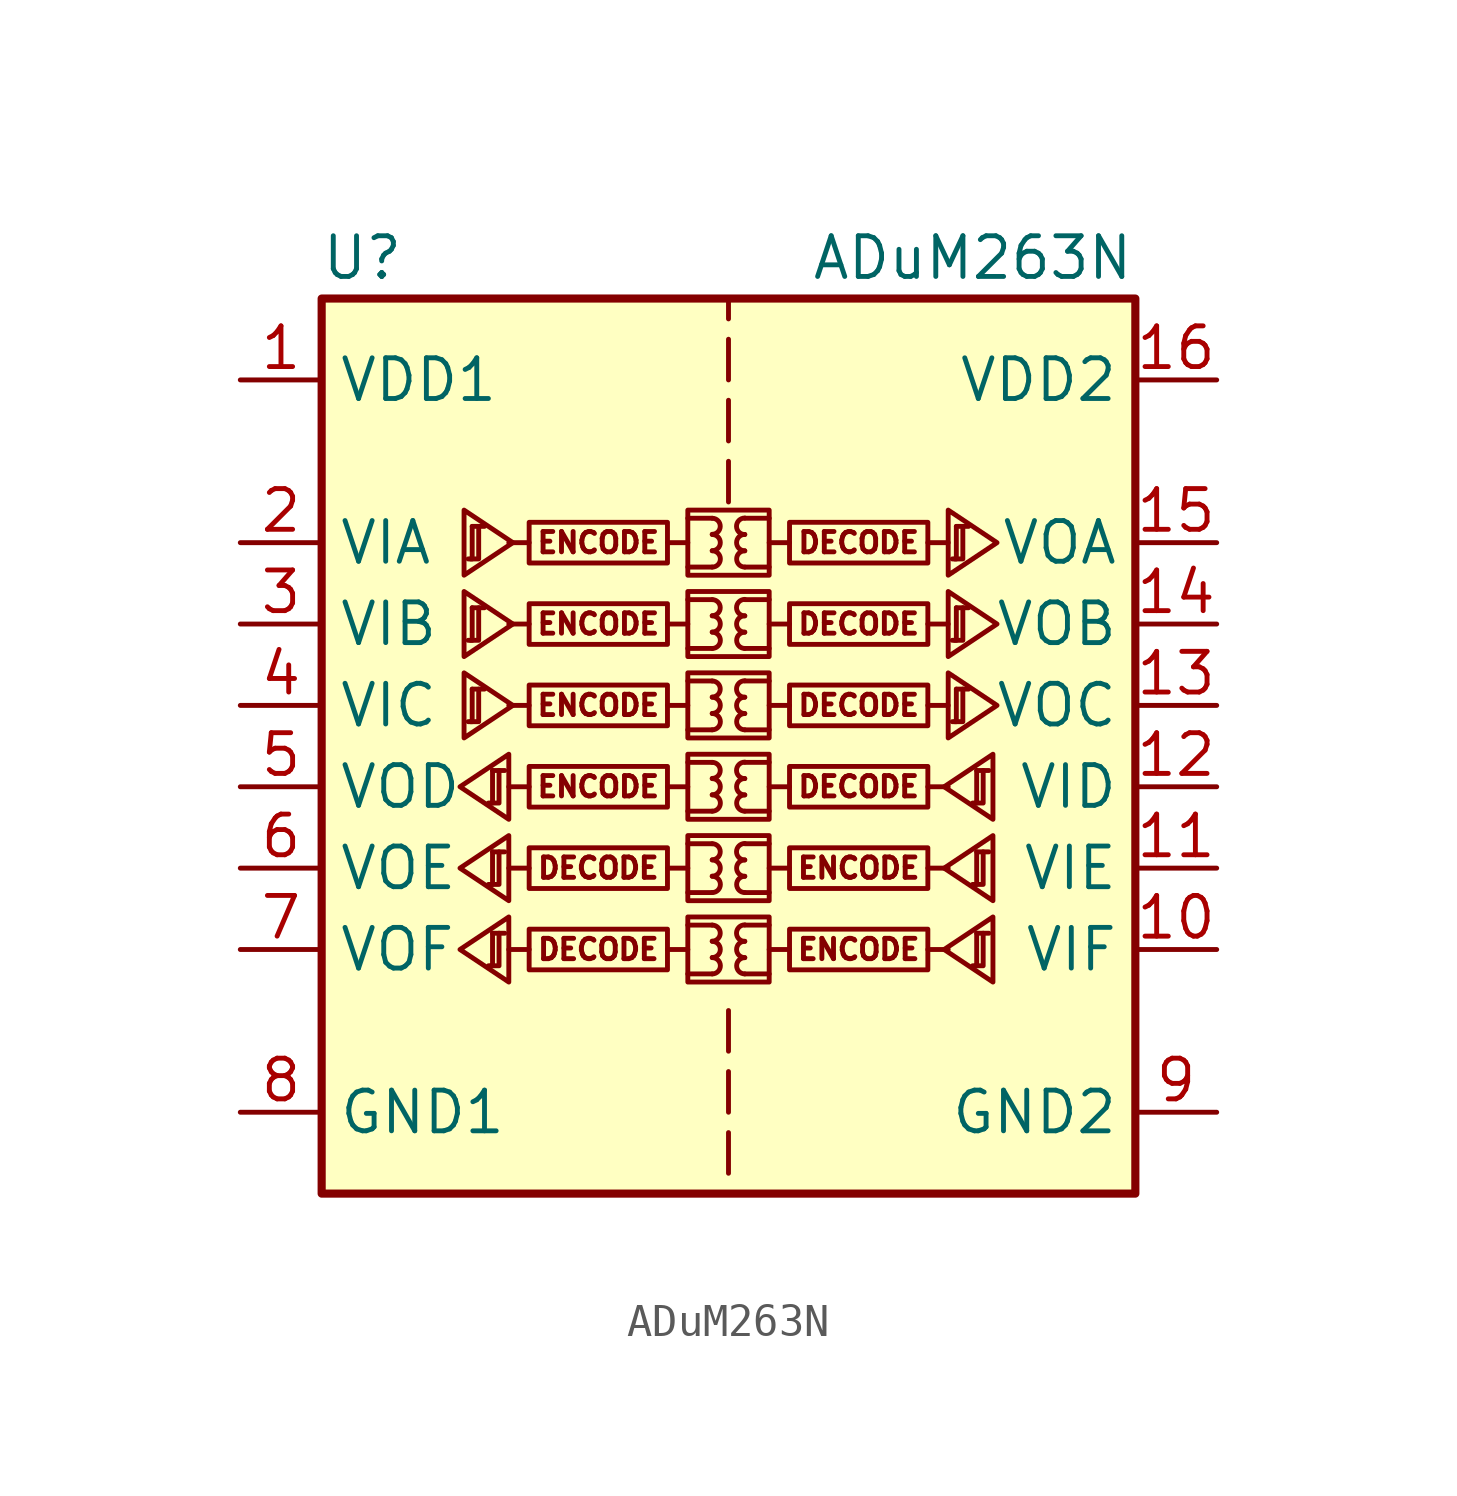
<source format=kicad_sym>
(kicad_symbol_lib
  (version 20201005)
  (generator kicad_symbol_editor)
  (symbol "Isolator_Digital:ADuM263N"
    (property "Reference" "U"
      (at -11.43 16.51 0)
      (effects (font (size 1.27 1.27))))
    (property "Value" "ADuM263N"
      (at 7.62 16.51 0)
      (effects (font (size 1.27 1.27))))
    (symbol "ADuM263N_1_0"
      (arc (start -0.508 -5.842) (end -0.508 -5.334) (radius (at -0.508 -5.588) (length 0.254) (angles -89.9 89.9)) (stroke (width 0)) (fill (type none)))
      (arc (start -0.508 -5.334) (end -0.508 -4.826) (radius (at -0.508 -5.08) (length 0.254) (angles -89.9 89.9)) (stroke (width 0)) (fill (type none)))
      (arc (start -0.508 -4.826) (end -0.508 -4.318) (radius (at -0.508 -4.572) (length 0.254) (angles -89.9 89.9)) (stroke (width 0)) (fill (type none)))
      (arc (start -0.508 -3.302) (end -0.508 -2.794) (radius (at -0.508 -3.048) (length 0.254) (angles -89.9 89.9)) (stroke (width 0)) (fill (type none)))
      (arc (start -0.508 -2.794) (end -0.508 -2.286) (radius (at -0.508 -2.54) (length 0.254) (angles -89.9 89.9)) (stroke (width 0)) (fill (type none)))
      (arc (start -0.508 -2.286) (end -0.508 -1.778) (radius (at -0.508 -2.032) (length 0.254) (angles -89.9 89.9)) (stroke (width 0)) (fill (type none)))
      (arc (start -0.508 -0.762) (end -0.508 -0.254) (radius (at -0.508 -0.508) (length 0.254) (angles -89.9 89.9)) (stroke (width 0)) (fill (type none)))
      (arc (start -0.508 -0.254) (end -0.508 0.254) (radius (at -0.508 0) (length 0.254) (angles -89.9 89.9)) (stroke (width 0)) (fill (type none)))
      (arc (start -0.508 0.254) (end -0.508 0.762) (radius (at -0.508 0.508) (length 0.254) (angles -89.9 89.9)) (stroke (width 0)) (fill (type none)))
      (arc (start -0.508 1.778) (end -0.508 2.286) (radius (at -0.508 2.032) (length 0.254) (angles -89.9 89.9)) (stroke (width 0)) (fill (type none)))
      (arc (start -0.508 2.286) (end -0.508 2.794) (radius (at -0.508 2.54) (length 0.254) (angles -89.9 89.9)) (stroke (width 0)) (fill (type none)))
      (arc (start -0.508 2.794) (end -0.508 3.302) (radius (at -0.508 3.048) (length 0.254) (angles -89.9 89.9)) (stroke (width 0)) (fill (type none)))
      (arc (start -0.508 4.318) (end -0.508 4.826) (radius (at -0.508 4.572) (length 0.254) (angles -89.9 89.9)) (stroke (width 0)) (fill (type none)))
      (arc (start -0.508 4.826) (end -0.508 5.334) (radius (at -0.508 5.08) (length 0.254) (angles -89.9 89.9)) (stroke (width 0)) (fill (type none)))
      (arc (start -0.508 5.334) (end -0.508 5.842) (radius (at -0.508 5.588) (length 0.254) (angles -89.9 89.9)) (stroke (width 0)) (fill (type none)))
      (arc (start -0.508 6.858) (end -0.508 7.366) (radius (at -0.508 7.112) (length 0.254) (angles -89.9 89.9)) (stroke (width 0)) (fill (type none)))
      (arc (start -0.508 7.366) (end -0.508 7.874) (radius (at -0.508 7.62) (length 0.254) (angles -89.9 89.9)) (stroke (width 0)) (fill (type none)))
      (arc (start -0.508 7.874) (end -0.508 8.382) (radius (at -0.508 8.128) (length 0.254) (angles -89.9 89.9)) (stroke (width 0)) (fill (type none)))
      (arc (start 0.508 -5.334) (end 0.508 -5.842) (radius (at 0.508 -5.588) (length 0.254) (angles 90.1 -90.1)) (stroke (width 0)) (fill (type none)))
      (arc (start 0.508 -4.826) (end 0.508 -5.334) (radius (at 0.508 -5.08) (length 0.254) (angles 90.1 -90.1)) (stroke (width 0)) (fill (type none)))
      (arc (start 0.508 -4.318) (end 0.508 -4.826) (radius (at 0.508 -4.572) (length 0.254) (angles 90.1 -90.1)) (stroke (width 0)) (fill (type none)))
      (arc (start 0.508 -2.794) (end 0.508 -3.302) (radius (at 0.508 -3.048) (length 0.254) (angles 90.1 -90.1)) (stroke (width 0)) (fill (type none)))
      (arc (start 0.508 -2.286) (end 0.508 -2.794) (radius (at 0.508 -2.54) (length 0.254) (angles 90.1 -90.1)) (stroke (width 0)) (fill (type none)))
      (arc (start 0.508 -1.778) (end 0.508 -2.286) (radius (at 0.508 -2.032) (length 0.254) (angles 90.1 -90.1)) (stroke (width 0)) (fill (type none)))
      (arc (start 0.508 -0.254) (end 0.508 -0.762) (radius (at 0.508 -0.508) (length 0.254) (angles 90.1 -90.1)) (stroke (width 0)) (fill (type none)))
      (arc (start 0.508 0.254) (end 0.508 -0.254) (radius (at 0.508 0) (length 0.254) (angles 90.1 -90.1)) (stroke (width 0)) (fill (type none)))
      (arc (start 0.508 0.762) (end 0.508 0.254) (radius (at 0.508 0.508) (length 0.254) (angles 90.1 -90.1)) (stroke (width 0)) (fill (type none)))
      (arc (start 0.508 2.286) (end 0.508 1.778) (radius (at 0.508 2.032) (length 0.254) (angles 90.1 -90.1)) (stroke (width 0)) (fill (type none)))
      (arc (start 0.508 2.794) (end 0.508 2.286) (radius (at 0.508 2.54) (length 0.254) (angles 90.1 -90.1)) (stroke (width 0)) (fill (type none)))
      (arc (start 0.508 3.302) (end 0.508 2.794) (radius (at 0.508 3.048) (length 0.254) (angles 90.1 -90.1)) (stroke (width 0)) (fill (type none)))
      (arc (start 0.508 4.826) (end 0.508 4.318) (radius (at 0.508 4.572) (length 0.254) (angles 90.1 -90.1)) (stroke (width 0)) (fill (type none)))
      (arc (start 0.508 5.334) (end 0.508 4.826) (radius (at 0.508 5.08) (length 0.254) (angles 90.1 -90.1)) (stroke (width 0)) (fill (type none)))
      (arc (start 0.508 5.842) (end 0.508 5.334) (radius (at 0.508 5.588) (length 0.254) (angles 90.1 -90.1)) (stroke (width 0)) (fill (type none)))
      (arc (start 0.508 7.366) (end 0.508 6.858) (radius (at 0.508 7.112) (length 0.254) (angles 90.1 -90.1)) (stroke (width 0)) (fill (type none)))
      (arc (start 0.508 7.874) (end 0.508 7.366) (radius (at 0.508 7.62) (length 0.254) (angles 90.1 -90.1)) (stroke (width 0)) (fill (type none)))
      (arc (start 0.508 8.382) (end 0.508 7.874) (radius (at 0.508 8.128) (length 0.254) (angles 90.1 -90.1)) (stroke (width 0)) (fill (type none)))
      (text "DECODE" (at -4.064 -5.08 0) (effects (font (size 0.635 0.635))))
      (text "DECODE" (at -4.064 -2.54 0) (effects (font (size 0.635 0.635))))
      (text "DECODE" (at 4.064 0 0) (effects (font (size 0.635 0.635))))
      (text "DECODE" (at 4.064 2.54 0) (effects (font (size 0.635 0.635))))
      (text "DECODE" (at 4.064 5.08 0) (effects (font (size 0.635 0.635))))
      (text "DECODE" (at 4.064 7.62 0) (effects (font (size 0.635 0.635))))
      (text "ENCODE" (at -4.064 0 0) (effects (font (size 0.635 0.635))))
      (text "ENCODE" (at -4.064 2.54 0) (effects (font (size 0.635 0.635))))
      (text "ENCODE" (at -4.064 5.08 0) (effects (font (size 0.635 0.635))))
      (text "ENCODE" (at -4.064 7.62 0) (effects (font (size 0.635 0.635))))
      (text "ENCODE" (at 4.064 -5.08 0) (effects (font (size 0.635 0.635))))
      (text "ENCODE" (at 4.064 -2.54 0) (effects (font (size 0.635 0.635))))
      (rectangle (start -1.27 -4.064) (end 1.27 -6.096) (stroke (width 0)) (fill (type none)))
      (rectangle (start -1.27 -1.524) (end 1.27 -3.556) (stroke (width 0)) (fill (type none)))
      (rectangle (start -1.27 1.016) (end 1.27 -1.016) (stroke (width 0)) (fill (type none)))
      (rectangle (start -1.27 3.556) (end 1.27 1.524) (stroke (width 0)) (fill (type none)))
      (rectangle (start -1.27 6.096) (end 1.27 4.064) (stroke (width 0)) (fill (type none)))
      (rectangle (start -1.27 8.636) (end 1.27 6.604) (stroke (width 0)) (fill (type none)))
      (rectangle (start 1.905 -4.445) (end 6.223 -5.715) (stroke (width 0)) (fill (type none)))
      (rectangle (start 1.905 -1.905) (end 6.223 -3.175) (stroke (width 0)) (fill (type none)))
      (rectangle (start 1.905 0.635) (end 6.223 -0.635) (stroke (width 0)) (fill (type none)))
      (rectangle (start 1.905 3.175) (end 6.223 1.905) (stroke (width 0)) (fill (type none)))
      (rectangle (start 1.905 5.715) (end 6.223 4.445) (stroke (width 0)) (fill (type none)))
      (rectangle (start 1.905 8.255) (end 6.223 6.985) (stroke (width 0)) (fill (type none)))
      (polyline (pts (xy -6.223 -5.08) (xy -6.858 -5.08)) (stroke (width 0)) (fill (type none)))
      (polyline (pts (xy -6.223 -2.54) (xy -6.858 -2.54)) (stroke (width 0)) (fill (type none)))
      (polyline (pts (xy -6.223 0) (xy -6.858 0)) (stroke (width 0)) (fill (type none)))
      (polyline (pts (xy -6.223 2.54) (xy -6.858 2.54)) (stroke (width 0)) (fill (type none)))
      (polyline (pts (xy -6.223 5.08) (xy -6.858 5.08)) (stroke (width 0)) (fill (type none)))
      (polyline (pts (xy -6.223 7.62) (xy -6.858 7.62)) (stroke (width 0)) (fill (type none)))
      (polyline (pts (xy -1.905 -5.08) (xy -1.27 -5.08)) (stroke (width 0)) (fill (type none)))
      (polyline (pts (xy -1.905 -2.54) (xy -1.27 -2.54)) (stroke (width 0)) (fill (type none)))
      (polyline (pts (xy -1.905 0) (xy -1.27 0)) (stroke (width 0)) (fill (type none)))
      (polyline (pts (xy -1.905 2.54) (xy -1.27 2.54)) (stroke (width 0)) (fill (type none)))
      (polyline (pts (xy -1.905 5.08) (xy -1.27 5.08)) (stroke (width 0)) (fill (type none)))
      (polyline (pts (xy -1.905 7.62) (xy -1.27 7.62)) (stroke (width 0)) (fill (type none)))
      (polyline (pts (xy -1.27 -5.842) (xy -0.508 -5.842)) (stroke (width 0)) (fill (type none)))
      (polyline (pts (xy -1.27 -4.318) (xy -0.508 -4.318)) (stroke (width 0)) (fill (type none)))
      (polyline (pts (xy -1.27 -3.302) (xy -0.508 -3.302)) (stroke (width 0)) (fill (type none)))
      (polyline (pts (xy -1.27 -1.778) (xy -0.508 -1.778)) (stroke (width 0)) (fill (type none)))
      (polyline (pts (xy -1.27 -0.762) (xy -0.508 -0.762)) (stroke (width 0)) (fill (type none)))
      (polyline (pts (xy -1.27 0.762) (xy -0.508 0.762)) (stroke (width 0)) (fill (type none)))
      (polyline (pts (xy -1.27 1.778) (xy -0.508 1.778)) (stroke (width 0)) (fill (type none)))
      (polyline (pts (xy -1.27 3.302) (xy -0.508 3.302)) (stroke (width 0)) (fill (type none)))
      (polyline (pts (xy -1.27 4.318) (xy -0.508 4.318)) (stroke (width 0)) (fill (type none)))
      (polyline (pts (xy -1.27 5.842) (xy -0.508 5.842)) (stroke (width 0)) (fill (type none)))
      (polyline (pts (xy -1.27 6.858) (xy -0.508 6.858)) (stroke (width 0)) (fill (type none)))
      (polyline (pts (xy -1.27 8.382) (xy -0.508 8.382)) (stroke (width 0)) (fill (type none)))
      (polyline (pts (xy 0 -10.795) (xy 0 -12.065)) (stroke (width 0)) (fill (type none)))
      (polyline (pts (xy 0 -8.89) (xy 0 -10.16)) (stroke (width 0)) (fill (type none)))
      (polyline (pts (xy 0 -6.985) (xy 0 -8.255)) (stroke (width 0)) (fill (type none)))
      (polyline (pts (xy 0 8.89) (xy 0 10.16)) (stroke (width 0)) (fill (type none)))
      (polyline (pts (xy 0 10.795) (xy 0 12.065)) (stroke (width 0)) (fill (type none)))
      (polyline (pts (xy 0 12.7) (xy 0 13.97)) (stroke (width 0)) (fill (type none)))
      (polyline (pts (xy 0 15.24) (xy 0 14.605)) (stroke (width 0)) (fill (type none)))
      (polyline (pts (xy 1.27 -5.842) (xy 0.508 -5.842)) (stroke (width 0)) (fill (type none)))
      (polyline (pts (xy 1.27 -4.318) (xy 0.508 -4.318)) (stroke (width 0)) (fill (type none)))
      (polyline (pts (xy 1.27 -3.302) (xy 0.508 -3.302)) (stroke (width 0)) (fill (type none)))
      (polyline (pts (xy 1.27 -1.778) (xy 0.508 -1.778)) (stroke (width 0)) (fill (type none)))
      (polyline (pts (xy 1.27 -0.762) (xy 0.508 -0.762)) (stroke (width 0)) (fill (type none)))
      (polyline (pts (xy 1.27 0.762) (xy 0.508 0.762)) (stroke (width 0)) (fill (type none)))
      (polyline (pts (xy 1.27 1.778) (xy 0.508 1.778)) (stroke (width 0)) (fill (type none)))
      (polyline (pts (xy 1.27 3.302) (xy 0.508 3.302)) (stroke (width 0)) (fill (type none)))
      (polyline (pts (xy 1.27 4.318) (xy 0.508 4.318)) (stroke (width 0)) (fill (type none)))
      (polyline (pts (xy 1.27 5.842) (xy 0.508 5.842)) (stroke (width 0)) (fill (type none)))
      (polyline (pts (xy 1.27 6.858) (xy 0.508 6.858)) (stroke (width 0)) (fill (type none)))
      (polyline (pts (xy 1.27 8.382) (xy 0.508 8.382)) (stroke (width 0)) (fill (type none)))
      (polyline (pts (xy 1.905 -5.08) (xy 1.27 -5.08)) (stroke (width 0)) (fill (type none)))
      (polyline (pts (xy 1.905 -2.54) (xy 1.27 -2.54)) (stroke (width 0)) (fill (type none)))
      (polyline (pts (xy 1.905 0) (xy 1.27 0)) (stroke (width 0)) (fill (type none)))
      (polyline (pts (xy 1.905 2.54) (xy 1.27 2.54)) (stroke (width 0)) (fill (type none)))
      (polyline (pts (xy 1.905 5.08) (xy 1.27 5.08)) (stroke (width 0)) (fill (type none)))
      (polyline (pts (xy 1.905 7.62) (xy 1.27 7.62)) (stroke (width 0)) (fill (type none)))
      (polyline (pts (xy 6.223 -5.08) (xy 6.858 -5.08)) (stroke (width 0)) (fill (type none)))
      (polyline (pts (xy 6.223 -2.54) (xy 6.858 -2.54)) (stroke (width 0)) (fill (type none)))
      (polyline (pts (xy 6.223 0) (xy 6.858 0)) (stroke (width 0)) (fill (type none)))
      (polyline (pts (xy 6.223 2.54) (xy 6.858 2.54)) (stroke (width 0)) (fill (type none)))
      (polyline (pts (xy 6.223 5.08) (xy 6.858 5.08)) (stroke (width 0)) (fill (type none)))
      (polyline (pts (xy 6.223 7.62) (xy 6.858 7.62)) (stroke (width 0)) (fill (type none))))
    (symbol "ADuM263N_1_1"
      (rectangle (start -1.905 -4.445) (end -6.223 -5.715) (stroke (width 0)) (fill (type none)))
      (rectangle (start -1.905 -1.905) (end -6.223 -3.175) (stroke (width 0)) (fill (type none)))
      (rectangle (start -1.905 0.635) (end -6.223 -0.635) (stroke (width 0)) (fill (type none)))
      (rectangle (start -1.905 3.175) (end -6.223 1.905) (stroke (width 0)) (fill (type none)))
      (rectangle (start -1.905 5.715) (end -6.223 4.445) (stroke (width 0)) (fill (type none)))
      (rectangle (start -1.905 8.255) (end -6.223 6.985) (stroke (width 0)) (fill (type none)))
      (rectangle (start -12.7 15.24) (end 12.7 -12.7) (stroke (width 0.254)) (fill (type background)))
      (polyline (pts (xy -8.001 3.048) (xy -7.62 3.048)) (stroke (width 0)) (fill (type none)))
      (polyline (pts (xy -8.001 5.588) (xy -7.62 5.588)) (stroke (width 0)) (fill (type none)))
      (polyline (pts (xy -8.001 8.128) (xy -7.62 8.128)) (stroke (width 0)) (fill (type none)))
      (polyline (pts (xy -7.366 -4.572) (xy -6.985 -4.572)) (stroke (width 0)) (fill (type none)))
      (polyline (pts (xy -7.366 -2.032) (xy -6.985 -2.032)) (stroke (width 0)) (fill (type none)))
      (polyline (pts (xy -7.366 0.508) (xy -6.985 0.508)) (stroke (width 0)) (fill (type none)))
      (polyline (pts (xy 7.112 3.048) (xy 7.493 3.048)) (stroke (width 0)) (fill (type none)))
      (polyline (pts (xy 7.112 5.588) (xy 7.493 5.588)) (stroke (width 0)) (fill (type none)))
      (polyline (pts (xy 7.112 8.128) (xy 7.493 8.128)) (stroke (width 0)) (fill (type none)))
      (polyline (pts (xy 7.747 -4.572) (xy 8.128 -4.572)) (stroke (width 0)) (fill (type none)))
      (polyline (pts (xy 7.747 -2.032) (xy 8.128 -2.032)) (stroke (width 0)) (fill (type none)))
      (polyline (pts (xy 7.747 0.508) (xy 8.128 0.508)) (stroke (width 0)) (fill (type none)))
      (polyline (pts (xy -8.052 2.032) (xy -7.798 2.032) (xy -7.798 3.048)) (stroke (width 0)) (fill (type none)))
      (polyline (pts (xy -8.052 4.572) (xy -7.798 4.572) (xy -7.798 5.588)) (stroke (width 0)) (fill (type none)))
      (polyline (pts (xy -8.052 7.112) (xy -7.798 7.112) (xy -7.798 8.128)) (stroke (width 0)) (fill (type none)))
      (polyline (pts (xy -8.001 3.048) (xy -8.001 2.032) (xy -8.128 2.032)) (stroke (width 0)) (fill (type none)))
      (polyline (pts (xy -8.001 5.588) (xy -8.001 4.572) (xy -8.128 4.572)) (stroke (width 0)) (fill (type none)))
      (polyline (pts (xy -8.001 8.128) (xy -8.001 7.112) (xy -8.128 7.112)) (stroke (width 0)) (fill (type none)))
      (polyline (pts (xy -7.417 -5.588) (xy -7.163 -5.588) (xy -7.163 -4.572)) (stroke (width 0)) (fill (type none)))
      (polyline (pts (xy -7.417 -3.048) (xy -7.163 -3.048) (xy -7.163 -2.032)) (stroke (width 0)) (fill (type none)))
      (polyline (pts (xy -7.417 -0.508) (xy -7.163 -0.508) (xy -7.163 0.508)) (stroke (width 0)) (fill (type none)))
      (polyline (pts (xy -7.366 -4.572) (xy -7.366 -5.588) (xy -7.493 -5.588)) (stroke (width 0)) (fill (type none)))
      (polyline (pts (xy -7.366 -2.032) (xy -7.366 -3.048) (xy -7.493 -3.048)) (stroke (width 0)) (fill (type none)))
      (polyline (pts (xy -7.366 0.508) (xy -7.366 -0.508) (xy -7.493 -0.508)) (stroke (width 0)) (fill (type none)))
      (polyline (pts (xy 7.061 2.032) (xy 7.315 2.032) (xy 7.315 3.048)) (stroke (width 0)) (fill (type none)))
      (polyline (pts (xy 7.061 4.572) (xy 7.315 4.572) (xy 7.315 5.588)) (stroke (width 0)) (fill (type none)))
      (polyline (pts (xy 7.061 7.112) (xy 7.315 7.112) (xy 7.315 8.128)) (stroke (width 0)) (fill (type none)))
      (polyline (pts (xy 7.112 3.048) (xy 7.112 2.032) (xy 6.985 2.032)) (stroke (width 0)) (fill (type none)))
      (polyline (pts (xy 7.112 5.588) (xy 7.112 4.572) (xy 6.985 4.572)) (stroke (width 0)) (fill (type none)))
      (polyline (pts (xy 7.112 8.128) (xy 7.112 7.112) (xy 6.985 7.112)) (stroke (width 0)) (fill (type none)))
      (polyline (pts (xy 7.696 -5.588) (xy 7.95 -5.588) (xy 7.95 -4.572)) (stroke (width 0)) (fill (type none)))
      (polyline (pts (xy 7.696 -3.048) (xy 7.95 -3.048) (xy 7.95 -2.032)) (stroke (width 0)) (fill (type none)))
      (polyline (pts (xy 7.696 -0.508) (xy 7.95 -0.508) (xy 7.95 0.508)) (stroke (width 0)) (fill (type none)))
      (polyline (pts (xy 7.747 -4.572) (xy 7.747 -5.588) (xy 7.62 -5.588)) (stroke (width 0)) (fill (type none)))
      (polyline (pts (xy 7.747 -2.032) (xy 7.747 -3.048) (xy 7.62 -3.048)) (stroke (width 0)) (fill (type none)))
      (polyline (pts (xy 7.747 0.508) (xy 7.747 -0.508) (xy 7.62 -0.508)) (stroke (width 0)) (fill (type none)))
      (polyline (pts (xy -8.382 -5.08) (xy -6.858 -4.064) (xy -6.858 -6.096) (xy -8.382 -5.08)) (stroke (width 0)) (fill (type none)))
      (polyline (pts (xy -8.382 -2.54) (xy -6.858 -1.524) (xy -6.858 -3.556) (xy -8.382 -2.54)) (stroke (width 0)) (fill (type none)))
      (polyline (pts (xy -8.382 0) (xy -6.858 1.016) (xy -6.858 -1.016) (xy -8.382 0)) (stroke (width 0)) (fill (type none)))
      (polyline (pts (xy -6.731 2.54) (xy -8.255 3.556) (xy -8.255 1.524) (xy -6.731 2.54)) (stroke (width 0)) (fill (type none)))
      (polyline (pts (xy -6.731 5.08) (xy -8.255 6.096) (xy -8.255 4.064) (xy -6.731 5.08)) (stroke (width 0)) (fill (type none)))
      (polyline (pts (xy -6.731 7.62) (xy -8.255 8.636) (xy -8.255 6.604) (xy -6.731 7.62)) (stroke (width 0)) (fill (type none)))
      (polyline (pts (xy 6.731 -5.08) (xy 8.255 -4.064) (xy 8.255 -6.096) (xy 6.731 -5.08)) (stroke (width 0)) (fill (type none)))
      (polyline (pts (xy 6.731 -2.54) (xy 8.255 -1.524) (xy 8.255 -3.556) (xy 6.731 -2.54)) (stroke (width 0)) (fill (type none)))
      (polyline (pts (xy 6.731 0) (xy 8.255 1.016) (xy 8.255 -1.016) (xy 6.731 0)) (stroke (width 0)) (fill (type none)))
      (polyline (pts (xy 8.382 2.54) (xy 6.858 3.556) (xy 6.858 1.524) (xy 8.382 2.54)) (stroke (width 0)) (fill (type none)))
      (polyline (pts (xy 8.382 5.08) (xy 6.858 6.096) (xy 6.858 4.064) (xy 8.382 5.08)) (stroke (width 0)) (fill (type none)))
      (polyline (pts (xy 8.382 7.62) (xy 6.858 8.636) (xy 6.858 6.604) (xy 8.382 7.62)) (stroke (width 0)) (fill (type none)))
      (pin power_in line (at -15.24 12.7 0) (length 2.54) (name "VDD1" (effects (font (size 1.27 1.27)))) (number "1" (effects (font (size 1.27 1.27)))))
      (pin input line (at 15.24 -5.08 180) (length 2.54) (name "VIF" (effects (font (size 1.27 1.27)))) (number "10" (effects (font (size 1.27 1.27)))))
      (pin input line (at 15.24 -2.54 180) (length 2.54) (name "VIE" (effects (font (size 1.27 1.27)))) (number "11" (effects (font (size 1.27 1.27)))))
      (pin input line (at 15.24 0 180) (length 2.54) (name "VID" (effects (font (size 1.27 1.27)))) (number "12" (effects (font (size 1.27 1.27)))))
      (pin output line (at 15.24 2.54 180) (length 2.54) (name "VOC" (effects (font (size 1.27 1.27)))) (number "13" (effects (font (size 1.27 1.27)))))
      (pin output line (at 15.24 5.08 180) (length 2.54) (name "VOB" (effects (font (size 1.27 1.27)))) (number "14" (effects (font (size 1.27 1.27)))))
      (pin output line (at 15.24 7.62 180) (length 2.54) (name "VOA" (effects (font (size 1.27 1.27)))) (number "15" (effects (font (size 1.27 1.27)))))
      (pin power_in line (at 15.24 12.7 180) (length 2.54) (name "VDD2" (effects (font (size 1.27 1.27)))) (number "16" (effects (font (size 1.27 1.27)))))
      (pin input line (at -15.24 7.62 0) (length 2.54) (name "VIA" (effects (font (size 1.27 1.27)))) (number "2" (effects (font (size 1.27 1.27)))))
      (pin input line (at -15.24 5.08 0) (length 2.54) (name "VIB" (effects (font (size 1.27 1.27)))) (number "3" (effects (font (size 1.27 1.27)))))
      (pin input line (at -15.24 2.54 0) (length 2.54) (name "VIC" (effects (font (size 1.27 1.27)))) (number "4" (effects (font (size 1.27 1.27)))))
      (pin output line (at -15.24 0 0) (length 2.54) (name "VOD" (effects (font (size 1.27 1.27)))) (number "5" (effects (font (size 1.27 1.27)))))
      (pin output line (at -15.24 -2.54 0) (length 2.54) (name "VOE" (effects (font (size 1.27 1.27)))) (number "6" (effects (font (size 1.27 1.27)))))
      (pin output line (at -15.24 -5.08 0) (length 2.54) (name "VOF" (effects (font (size 1.27 1.27)))) (number "7" (effects (font (size 1.27 1.27)))))
      (pin power_in line (at -15.24 -10.16 0) (length 2.54) (name "GND1" (effects (font (size 1.27 1.27)))) (number "8" (effects (font (size 1.27 1.27)))))
      (pin power_in line (at 15.24 -10.16 180) (length 2.54) (name "GND2" (effects (font (size 1.27 1.27)))) (number "9" (effects (font (size 1.27 1.27))))))))
</source>
